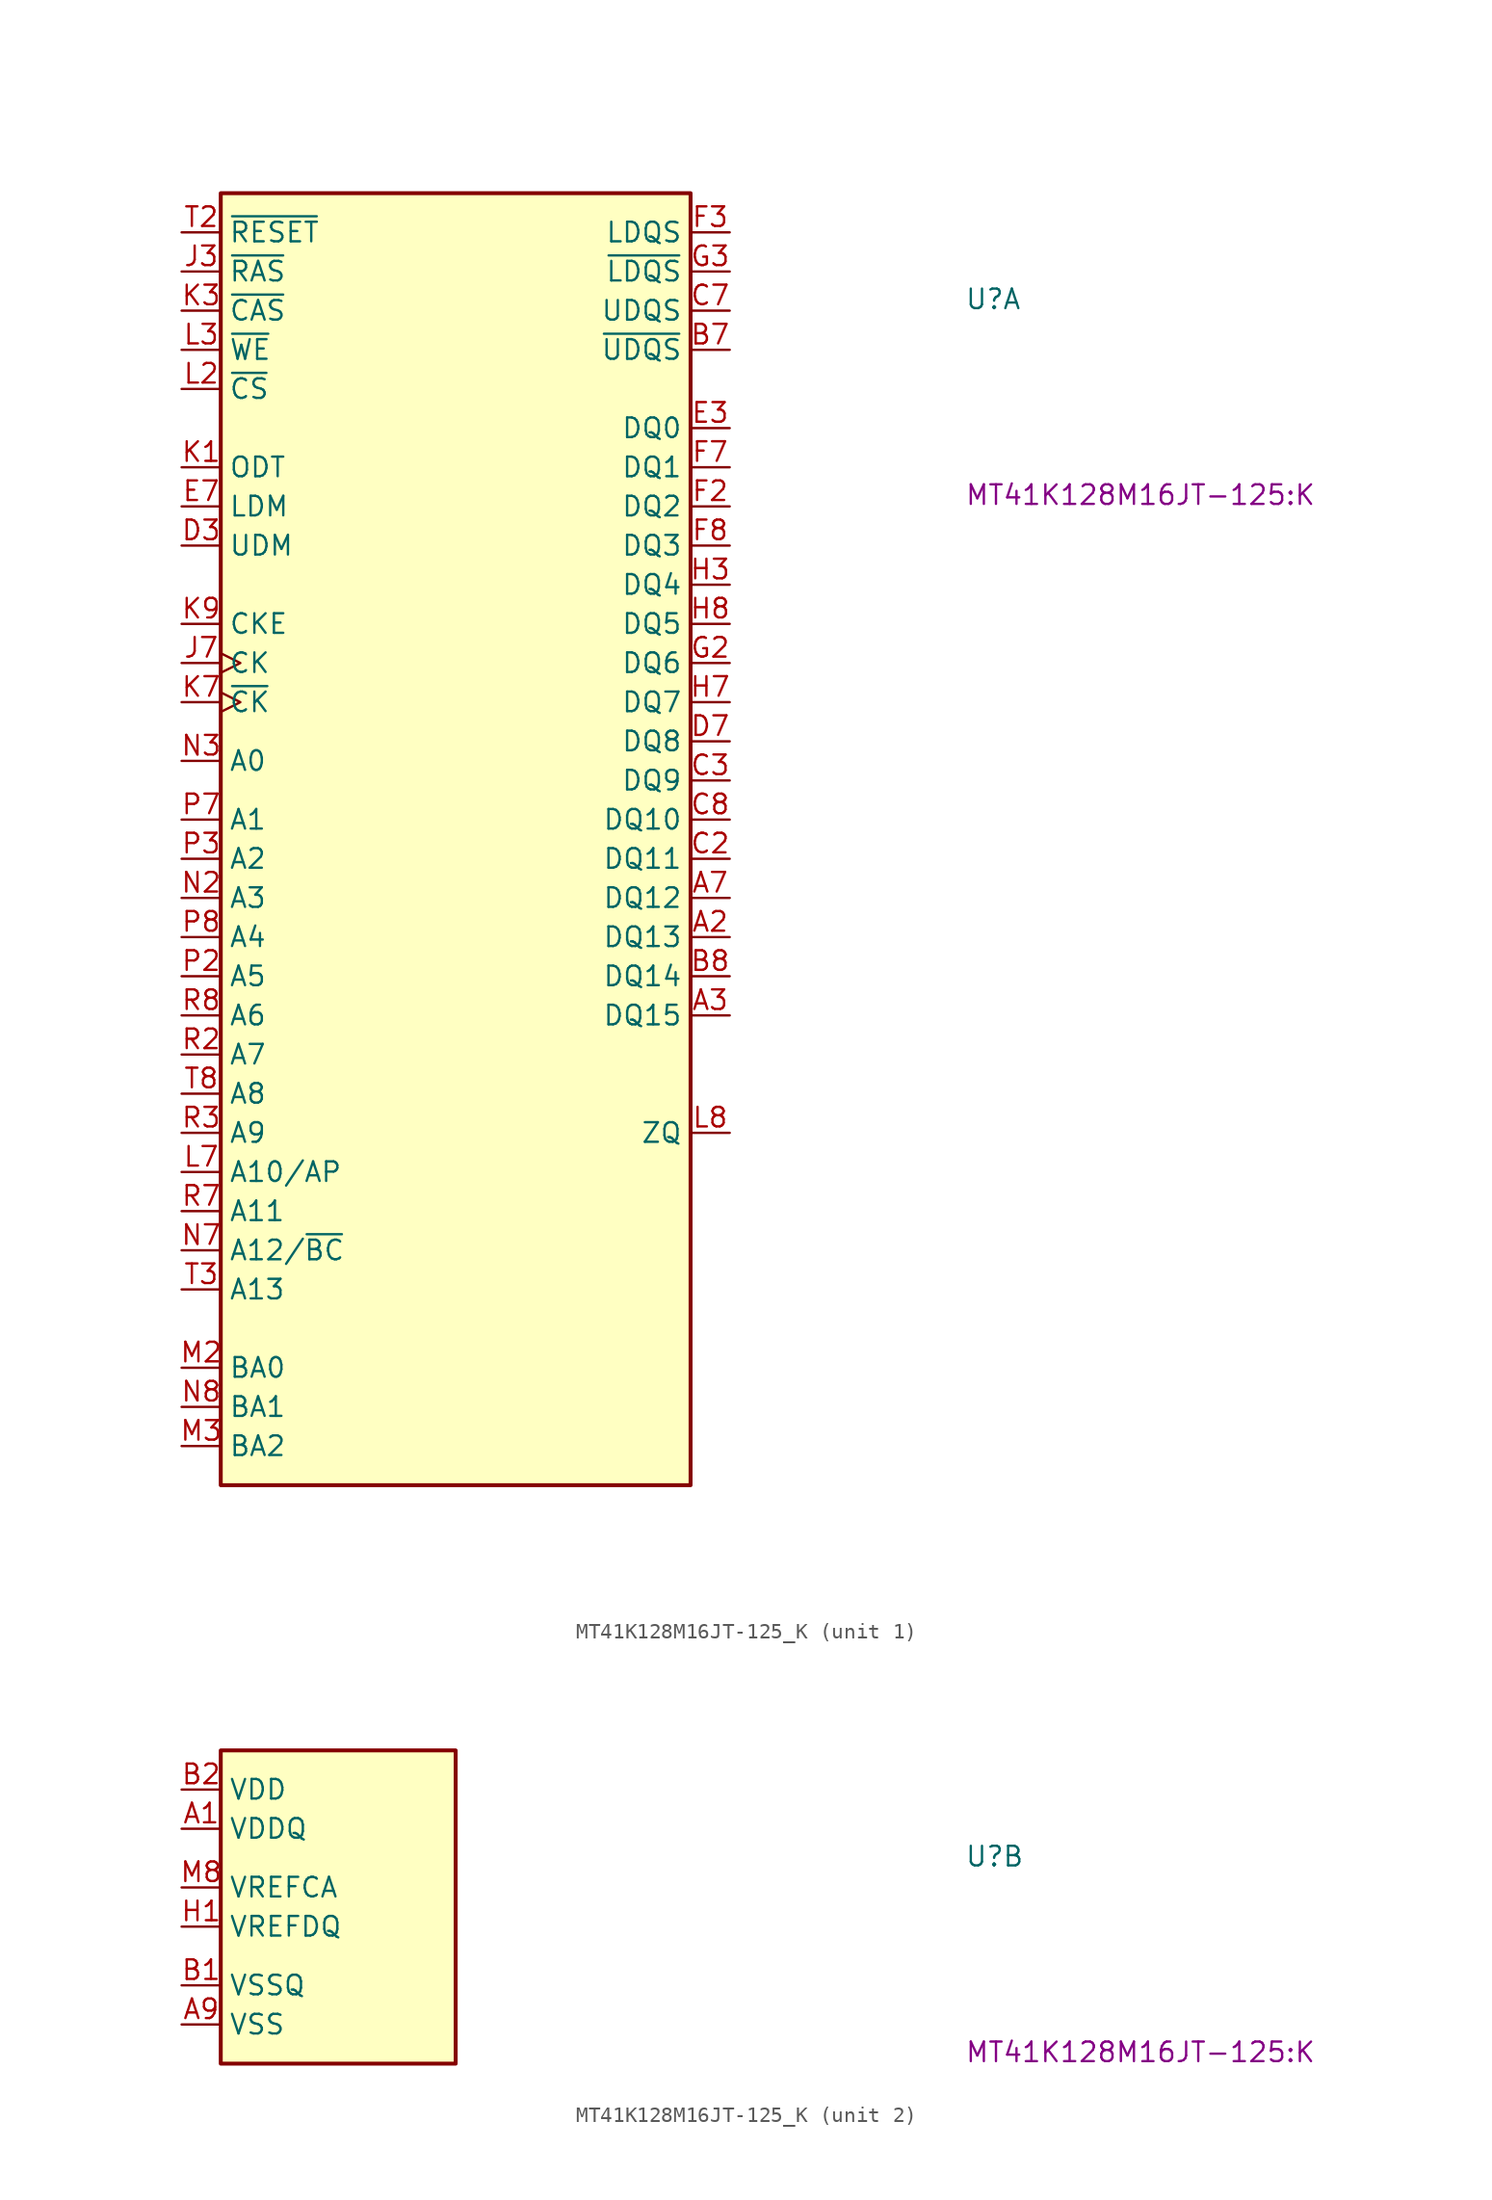
<source format=kicad_sym>
(kicad_symbol_lib
  (version 20220914)
  (generator kicad_symbol_editor)
  (symbol "MT41K128M16JT-125_K"
    (property "Reference" "U"
      (at 50.8 -5.08 0)
      (effects (font (size 1.27 1.27) (thickness 0.15)) (justify left bottom)))
    (property "MPN" "MT41K128M16JT-125:K"
      (at 50.8 -17.78 0)
      (effects (font (size 1.27 1.27) (thickness 0.15)) (justify left bottom)))
    (property "ki_locked" ""
      (at 0 0 0)
      (effects (font (size 1.27 1.27))))
    (symbol "MT41K128M16JT-125_K_1_1"
      (rectangle (start 2.54 2.54) (end 33.02 -81.28) (stroke (width 0.254) (type default)) (fill (type background)))
      (pin bidirectional line (at 35.56 -45.72 180) (length 2.54) (name "DQ13" (effects (font (size 1.27 1.27)))) (number "A2" (effects (font (size 1.27 1.27)))))
      (pin bidirectional line (at 35.56 -50.8 180) (length 2.54) (name "DQ15" (effects (font (size 1.27 1.27)))) (number "A3" (effects (font (size 1.27 1.27)))))
      (pin bidirectional line (at 35.56 -43.18 180) (length 2.54) (name "DQ12" (effects (font (size 1.27 1.27)))) (number "A7" (effects (font (size 1.27 1.27)))))
      (pin bidirectional line (at 35.56 -7.62 180) (length 2.54) (name "~{UDQS}" (effects (font (size 1.27 1.27)))) (number "B7" (effects (font (size 1.27 1.27)))))
      (pin bidirectional line (at 35.56 -48.26 180) (length 2.54) (name "DQ14" (effects (font (size 1.27 1.27)))) (number "B8" (effects (font (size 1.27 1.27)))))
      (pin bidirectional line (at 35.56 -40.64 180) (length 2.54) (name "DQ11" (effects (font (size 1.27 1.27)))) (number "C2" (effects (font (size 1.27 1.27)))))
      (pin bidirectional line (at 35.56 -35.56 180) (length 2.54) (name "DQ9" (effects (font (size 1.27 1.27)))) (number "C3" (effects (font (size 1.27 1.27)))))
      (pin bidirectional line (at 35.56 -5.08 180) (length 2.54) (name "UDQS" (effects (font (size 1.27 1.27)))) (number "C7" (effects (font (size 1.27 1.27)))))
      (pin bidirectional line (at 35.56 -38.1 180) (length 2.54) (name "DQ10" (effects (font (size 1.27 1.27)))) (number "C8" (effects (font (size 1.27 1.27)))))
      (pin input line (at 0 -20.32 0) (length 2.54) (name "UDM" (effects (font (size 1.27 1.27)))) (number "D3" (effects (font (size 1.27 1.27)))))
      (pin bidirectional line (at 35.56 -33.02 180) (length 2.54) (name "DQ8" (effects (font (size 1.27 1.27)))) (number "D7" (effects (font (size 1.27 1.27)))))
      (pin bidirectional line (at 35.56 -12.7 180) (length 2.54) (name "DQ0" (effects (font (size 1.27 1.27)))) (number "E3" (effects (font (size 1.27 1.27)))))
      (pin input line (at 0 -17.78 0) (length 2.54) (name "LDM" (effects (font (size 1.27 1.27)))) (number "E7" (effects (font (size 1.27 1.27)))))
      (pin bidirectional line (at 35.56 -17.78 180) (length 2.54) (name "DQ2" (effects (font (size 1.27 1.27)))) (number "F2" (effects (font (size 1.27 1.27)))))
      (pin bidirectional line (at 35.56 0 180) (length 2.54) (name "LDQS" (effects (font (size 1.27 1.27)))) (number "F3" (effects (font (size 1.27 1.27)))))
      (pin bidirectional line (at 35.56 -15.24 180) (length 2.54) (name "DQ1" (effects (font (size 1.27 1.27)))) (number "F7" (effects (font (size 1.27 1.27)))))
      (pin bidirectional line (at 35.56 -20.32 180) (length 2.54) (name "DQ3" (effects (font (size 1.27 1.27)))) (number "F8" (effects (font (size 1.27 1.27)))))
      (pin bidirectional line (at 35.56 -27.94 180) (length 2.54) (name "DQ6" (effects (font (size 1.27 1.27)))) (number "G2" (effects (font (size 1.27 1.27)))))
      (pin bidirectional line (at 35.56 -2.54 180) (length 2.54) (name "~{LDQS}" (effects (font (size 1.27 1.27)))) (number "G3" (effects (font (size 1.27 1.27)))))
      (pin bidirectional line (at 35.56 -22.86 180) (length 2.54) (name "DQ4" (effects (font (size 1.27 1.27)))) (number "H3" (effects (font (size 1.27 1.27)))))
      (pin bidirectional line (at 35.56 -30.48 180) (length 2.54) (name "DQ7" (effects (font (size 1.27 1.27)))) (number "H7" (effects (font (size 1.27 1.27)))))
      (pin bidirectional line (at 35.56 -25.4 180) (length 2.54) (name "DQ5" (effects (font (size 1.27 1.27)))) (number "H8" (effects (font (size 1.27 1.27)))))
      (pin no_connect line (at 33.02 -74.93 180) (length 2.54) hide (name "J1" (effects (font (size 1.27 1.27)))) (number "J1" (effects (font (size 1.27 1.27)))))
      (pin input line (at 0 -2.54 0) (length 2.54) (name "~{RAS}" (effects (font (size 1.27 1.27)))) (number "J3" (effects (font (size 1.27 1.27)))))
      (pin input clock (at 0 -27.94 0) (length 2.54) (name "CK" (effects (font (size 1.27 1.27)))) (number "J7" (effects (font (size 1.27 1.27)))))
      (pin no_connect line (at 33.02 -74.93 180) (length 2.54) hide (name "J9" (effects (font (size 1.27 1.27)))) (number "J9" (effects (font (size 1.27 1.27)))))
      (pin input line (at 0 -15.24 0) (length 2.54) (name "ODT" (effects (font (size 1.27 1.27)))) (number "K1" (effects (font (size 1.27 1.27)))))
      (pin input line (at 0 -5.08 0) (length 2.54) (name "~{CAS}" (effects (font (size 1.27 1.27)))) (number "K3" (effects (font (size 1.27 1.27)))))
      (pin input clock (at 0 -30.48 0) (length 2.54) (name "~{CK}" (effects (font (size 1.27 1.27)))) (number "K7" (effects (font (size 1.27 1.27)))))
      (pin input line (at 0 -25.4 0) (length 2.54) (name "CKE" (effects (font (size 1.27 1.27)))) (number "K9" (effects (font (size 1.27 1.27)))))
      (pin no_connect line (at 33.02 -74.93 180) (length 2.54) hide (name "L1" (effects (font (size 1.27 1.27)))) (number "L1" (effects (font (size 1.27 1.27)))))
      (pin input line (at 0 -10.16 0) (length 2.54) (name "~{CS}" (effects (font (size 1.27 1.27)))) (number "L2" (effects (font (size 1.27 1.27)))))
      (pin input line (at 0 -7.62 0) (length 2.54) (name "~{WE}" (effects (font (size 1.27 1.27)))) (number "L3" (effects (font (size 1.27 1.27)))))
      (pin input line (at 0 -60.96 0) (length 2.54) (name "A10/AP" (effects (font (size 1.27 1.27)))) (number "L7" (effects (font (size 1.27 1.27)))))
      (pin passive line (at 35.56 -58.42 180) (length 2.54) (name "ZQ" (effects (font (size 1.27 1.27)))) (number "L8" (effects (font (size 1.27 1.27)))))
      (pin no_connect line (at 33.02 -74.93 180) (length 2.54) hide (name "L9" (effects (font (size 1.27 1.27)))) (number "L9" (effects (font (size 1.27 1.27)))))
      (pin input line (at 0 -73.66 0) (length 2.54) (name "BA0" (effects (font (size 1.27 1.27)))) (number "M2" (effects (font (size 1.27 1.27)))))
      (pin input line (at 0 -78.74 0) (length 2.54) (name "BA2" (effects (font (size 1.27 1.27)))) (number "M3" (effects (font (size 1.27 1.27)))))
      (pin no_connect line (at 33.02 -74.93 180) (length 2.54) hide (name "M7" (effects (font (size 1.27 1.27)))) (number "M7" (effects (font (size 1.27 1.27)))))
      (pin input line (at 0 -43.18 0) (length 2.54) (name "A3" (effects (font (size 1.27 1.27)))) (number "N2" (effects (font (size 1.27 1.27)))))
      (pin input line (at 0 -34.29 0) (length 2.54) (name "A0" (effects (font (size 1.27 1.27)))) (number "N3" (effects (font (size 1.27 1.27)))))
      (pin input line (at 0 -66.04 0) (length 2.54) (name "A12/~{BC}" (effects (font (size 1.27 1.27)))) (number "N7" (effects (font (size 1.27 1.27)))))
      (pin input line (at 0 -76.2 0) (length 2.54) (name "BA1" (effects (font (size 1.27 1.27)))) (number "N8" (effects (font (size 1.27 1.27)))))
      (pin input line (at 0 -48.26 0) (length 2.54) (name "A5" (effects (font (size 1.27 1.27)))) (number "P2" (effects (font (size 1.27 1.27)))))
      (pin input line (at 0 -40.64 0) (length 2.54) (name "A2" (effects (font (size 1.27 1.27)))) (number "P3" (effects (font (size 1.27 1.27)))))
      (pin input line (at 0 -38.1 0) (length 2.54) (name "A1" (effects (font (size 1.27 1.27)))) (number "P7" (effects (font (size 1.27 1.27)))))
      (pin input line (at 0 -45.72 0) (length 2.54) (name "A4" (effects (font (size 1.27 1.27)))) (number "P8" (effects (font (size 1.27 1.27)))))
      (pin input line (at 0 -53.34 0) (length 2.54) (name "A7" (effects (font (size 1.27 1.27)))) (number "R2" (effects (font (size 1.27 1.27)))))
      (pin input line (at 0 -58.42 0) (length 2.54) (name "A9" (effects (font (size 1.27 1.27)))) (number "R3" (effects (font (size 1.27 1.27)))))
      (pin input line (at 0 -63.5 0) (length 2.54) (name "A11" (effects (font (size 1.27 1.27)))) (number "R7" (effects (font (size 1.27 1.27)))))
      (pin input line (at 0 -50.8 0) (length 2.54) (name "A6" (effects (font (size 1.27 1.27)))) (number "R8" (effects (font (size 1.27 1.27)))))
      (pin input line (at 0 0 0) (length 2.54) (name "~{RESET}" (effects (font (size 1.27 1.27)))) (number "T2" (effects (font (size 1.27 1.27)))))
      (pin input line (at 0 -68.58 0) (length 2.54) (name "A13" (effects (font (size 1.27 1.27)))) (number "T3" (effects (font (size 1.27 1.27)))))
      (pin no_connect line (at 33.02 -74.93 180) (length 2.54) hide (name "T7" (effects (font (size 1.27 1.27)))) (number "T7" (effects (font (size 1.27 1.27)))))
      (pin input line (at 0 -55.88 0) (length 2.54) (name "A8" (effects (font (size 1.27 1.27)))) (number "T8" (effects (font (size 1.27 1.27))))))
    (symbol "MT41K128M16JT-125_K_2_1"
      (rectangle (start 2.54 2.54) (end 17.78 -17.78) (stroke (width 0.254) (type default)) (fill (type background)))
      (pin power_in line (at 0 -2.54 0) (length 2.54) (name "VDDQ" (effects (font (size 1.27 1.27)))) (number "A1" (effects (font (size 1.27 1.27)))))
      (pin passive line (at 0 -2.54 0) (length 2.54) hide (name "VDDQ" (effects (font (size 1.27 1.27)))) (number "A8" (effects (font (size 1.27 1.27)))))
      (pin passive line (at 0 -15.24 0) (length 2.54) (name "VSS" (effects (font (size 1.27 1.27)))) (number "A9" (effects (font (size 1.27 1.27)))))
      (pin passive line (at 0 -12.7 0) (length 2.54) (name "VSSQ" (effects (font (size 1.27 1.27)))) (number "B1" (effects (font (size 1.27 1.27)))))
      (pin power_in line (at 0 0 0) (length 2.54) (name "VDD" (effects (font (size 1.27 1.27)))) (number "B2" (effects (font (size 1.27 1.27)))))
      (pin passive line (at 0 -15.24 0) (length 2.54) hide (name "VSS" (effects (font (size 1.27 1.27)))) (number "B3" (effects (font (size 1.27 1.27)))))
      (pin passive line (at 0 -12.7 0) (length 2.54) hide (name "VSSQ" (effects (font (size 1.27 1.27)))) (number "B9" (effects (font (size 1.27 1.27)))))
      (pin passive line (at 0 -2.54 0) (length 2.54) hide (name "VDDQ" (effects (font (size 1.27 1.27)))) (number "C1" (effects (font (size 1.27 1.27)))))
      (pin passive line (at 0 -2.54 0) (length 2.54) hide (name "VDDQ" (effects (font (size 1.27 1.27)))) (number "C9" (effects (font (size 1.27 1.27)))))
      (pin passive line (at 0 -12.7 0) (length 2.54) hide (name "VSSQ" (effects (font (size 1.27 1.27)))) (number "D1" (effects (font (size 1.27 1.27)))))
      (pin passive line (at 0 -2.54 0) (length 2.54) hide (name "VDDQ" (effects (font (size 1.27 1.27)))) (number "D2" (effects (font (size 1.27 1.27)))))
      (pin passive line (at 0 -12.7 0) (length 2.54) hide (name "VSSQ" (effects (font (size 1.27 1.27)))) (number "D8" (effects (font (size 1.27 1.27)))))
      (pin passive line (at 0 0 0) (length 2.54) hide (name "VDD" (effects (font (size 1.27 1.27)))) (number "D9" (effects (font (size 1.27 1.27)))))
      (pin passive line (at 0 -15.24 0) (length 2.54) hide (name "VSS" (effects (font (size 1.27 1.27)))) (number "E1" (effects (font (size 1.27 1.27)))))
      (pin passive line (at 0 -12.7 0) (length 2.54) hide (name "VSSQ" (effects (font (size 1.27 1.27)))) (number "E2" (effects (font (size 1.27 1.27)))))
      (pin passive line (at 0 -12.7 0) (length 2.54) hide (name "VSSQ" (effects (font (size 1.27 1.27)))) (number "E8" (effects (font (size 1.27 1.27)))))
      (pin passive line (at 0 -2.54 0) (length 2.54) hide (name "VDDQ" (effects (font (size 1.27 1.27)))) (number "E9" (effects (font (size 1.27 1.27)))))
      (pin passive line (at 0 -2.54 0) (length 2.54) hide (name "VDDQ" (effects (font (size 1.27 1.27)))) (number "F1" (effects (font (size 1.27 1.27)))))
      (pin passive line (at 0 -12.7 0) (length 2.54) hide (name "VSSQ" (effects (font (size 1.27 1.27)))) (number "F9" (effects (font (size 1.27 1.27)))))
      (pin passive line (at 0 -12.7 0) (length 2.54) hide (name "VSSQ" (effects (font (size 1.27 1.27)))) (number "G1" (effects (font (size 1.27 1.27)))))
      (pin passive line (at 0 0 0) (length 2.54) hide (name "VDD" (effects (font (size 1.27 1.27)))) (number "G7" (effects (font (size 1.27 1.27)))))
      (pin passive line (at 0 -15.24 0) (length 2.54) hide (name "VSS" (effects (font (size 1.27 1.27)))) (number "G8" (effects (font (size 1.27 1.27)))))
      (pin passive line (at 0 -12.7 0) (length 2.54) hide (name "VSSQ" (effects (font (size 1.27 1.27)))) (number "G9" (effects (font (size 1.27 1.27)))))
      (pin power_in line (at 0 -8.89 0) (length 2.54) (name "VREFDQ" (effects (font (size 1.27 1.27)))) (number "H1" (effects (font (size 1.27 1.27)))))
      (pin passive line (at 0 -2.54 0) (length 2.54) hide (name "VDDQ" (effects (font (size 1.27 1.27)))) (number "H2" (effects (font (size 1.27 1.27)))))
      (pin passive line (at 0 -2.54 0) (length 2.54) hide (name "VDDQ" (effects (font (size 1.27 1.27)))) (number "H9" (effects (font (size 1.27 1.27)))))
      (pin passive line (at 0 -15.24 0) (length 2.54) hide (name "VSS" (effects (font (size 1.27 1.27)))) (number "J2" (effects (font (size 1.27 1.27)))))
      (pin passive line (at 0 -15.24 0) (length 2.54) hide (name "VSS" (effects (font (size 1.27 1.27)))) (number "J8" (effects (font (size 1.27 1.27)))))
      (pin passive line (at 0 0 0) (length 2.54) hide (name "VDD" (effects (font (size 1.27 1.27)))) (number "K2" (effects (font (size 1.27 1.27)))))
      (pin passive line (at 0 0 0) (length 2.54) hide (name "VDD" (effects (font (size 1.27 1.27)))) (number "K8" (effects (font (size 1.27 1.27)))))
      (pin passive line (at 0 -15.24 0) (length 2.54) hide (name "VSS" (effects (font (size 1.27 1.27)))) (number "M1" (effects (font (size 1.27 1.27)))))
      (pin power_in line (at 0 -6.35 0) (length 2.54) (name "VREFCA" (effects (font (size 1.27 1.27)))) (number "M8" (effects (font (size 1.27 1.27)))))
      (pin passive line (at 0 -15.24 0) (length 2.54) hide (name "VSS" (effects (font (size 1.27 1.27)))) (number "M9" (effects (font (size 1.27 1.27)))))
      (pin passive line (at 0 0 0) (length 2.54) hide (name "VDD" (effects (font (size 1.27 1.27)))) (number "N1" (effects (font (size 1.27 1.27)))))
      (pin passive line (at 0 0 0) (length 2.54) hide (name "VDD" (effects (font (size 1.27 1.27)))) (number "N9" (effects (font (size 1.27 1.27)))))
      (pin passive line (at 0 -15.24 0) (length 2.54) hide (name "VSS" (effects (font (size 1.27 1.27)))) (number "P1" (effects (font (size 1.27 1.27)))))
      (pin passive line (at 0 -15.24 0) (length 2.54) hide (name "VSS" (effects (font (size 1.27 1.27)))) (number "P9" (effects (font (size 1.27 1.27)))))
      (pin passive line (at 0 0 0) (length 2.54) hide (name "VDD" (effects (font (size 1.27 1.27)))) (number "R1" (effects (font (size 1.27 1.27)))))
      (pin passive line (at 0 0 0) (length 2.54) hide (name "VDD" (effects (font (size 1.27 1.27)))) (number "R9" (effects (font (size 1.27 1.27)))))
      (pin passive line (at 0 -15.24 0) (length 2.54) hide (name "VSS" (effects (font (size 1.27 1.27)))) (number "T1" (effects (font (size 1.27 1.27)))))
      (pin passive line (at 0 -15.24 0) (length 2.54) hide (name "VSS" (effects (font (size 1.27 1.27)))) (number "T9" (effects (font (size 1.27 1.27))))))))
</source>
